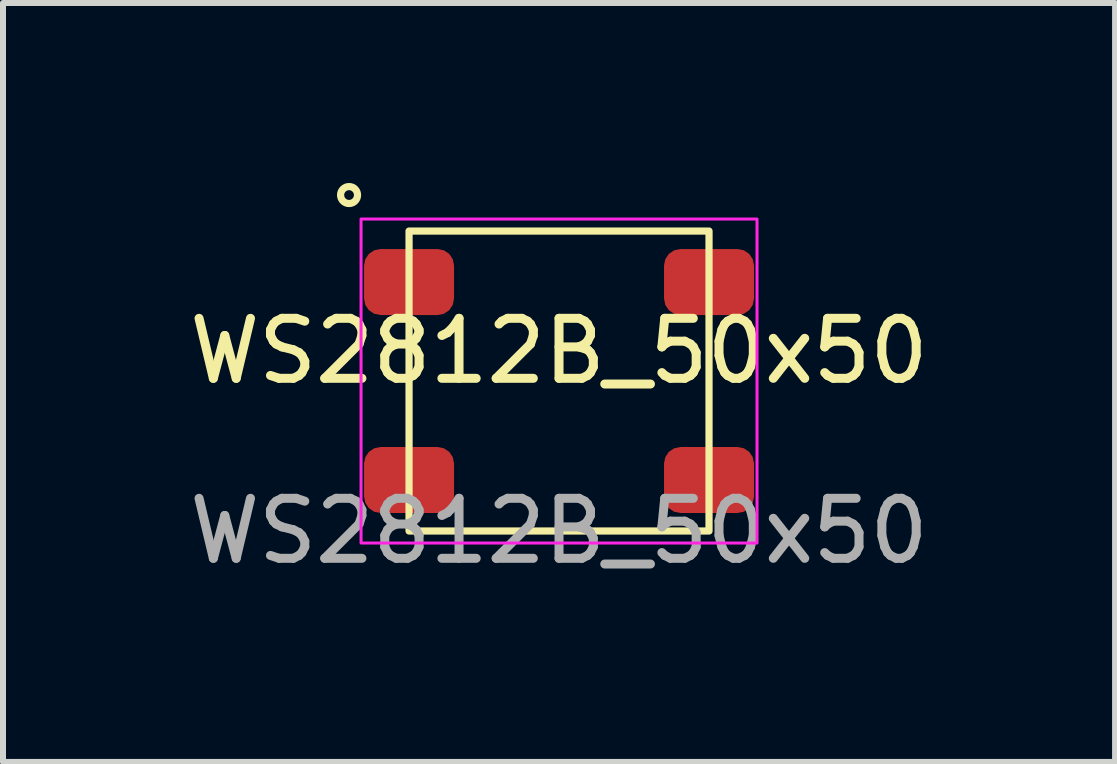
<source format=kicad_pcb>
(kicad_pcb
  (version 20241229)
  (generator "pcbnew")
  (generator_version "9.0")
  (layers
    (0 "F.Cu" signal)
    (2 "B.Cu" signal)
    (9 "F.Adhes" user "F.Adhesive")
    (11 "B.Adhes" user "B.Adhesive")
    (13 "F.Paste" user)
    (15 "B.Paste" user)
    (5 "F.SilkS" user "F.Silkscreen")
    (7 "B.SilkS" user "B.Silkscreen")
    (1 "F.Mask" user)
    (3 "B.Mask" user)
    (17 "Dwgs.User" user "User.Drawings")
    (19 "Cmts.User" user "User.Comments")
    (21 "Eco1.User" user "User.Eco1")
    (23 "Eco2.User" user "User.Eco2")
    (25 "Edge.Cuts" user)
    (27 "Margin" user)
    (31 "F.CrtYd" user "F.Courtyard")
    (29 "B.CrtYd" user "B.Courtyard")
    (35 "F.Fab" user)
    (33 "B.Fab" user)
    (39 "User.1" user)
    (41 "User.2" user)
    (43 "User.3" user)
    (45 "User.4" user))
  (footprint "WS2812B_50x50"
    (layer "F.Cu")
    (at 6.268 3.301)
    (property "Reference" "WS2812B_50x50" (at 0 -0.5 0) (unlocked yes) (layer "F.SilkS") (effects (font (size 1 1) (thickness 0.15))))
    (attr smd)
    (fp_rect (start -2.5 -2.5) (end 2.5 2.5) (stroke (width 0.12) (type solid)) (fill no) (layer "F.SilkS"))
    (fp_circle (center -3.5 -3.1) (end -3.4 -3) (stroke (width 0.12) (type solid)) (fill no) (layer "F.SilkS"))
    (fp_rect (start -3.3 -2.7) (end 3.3 2.7) (stroke (width 0.05) (type solid)) (fill no) (layer "F.CrtYd"))
    (fp_text user "${REFERENCE}" (at 0 2.5 0) (unlocked yes) (layer "F.Fab") (effects (font (size 1 1) (thickness 0.15))))
    (pad "1" smd roundrect (at -2.5 -1.65) (size 1.5 1.1) (layers "F.Cu" "F.Mask" "F.Paste") (roundrect_rratio 0.25))
    (pad "2" smd roundrect (at -2.5 1.65) (size 1.5 1.1) (layers "F.Cu" "F.Mask" "F.Paste") (roundrect_rratio 0.25))
    (pad "3" smd roundrect (at 2.5 1.65) (size 1.5 1.1) (layers "F.Cu" "F.Mask" "F.Paste") (roundrect_rratio 0.25))
    (pad "4" smd roundrect (at 2.5 -1.65) (size 1.5 1.1) (layers "F.Cu" "F.Mask" "F.Paste") (roundrect_rratio 0.25)))
  (gr_rect
    (start -3 -3)
    (end 15.536 9.65)
    (stroke (width 0.1) (type default))
    (fill no)
    (layer "Edge.Cuts")))
</source>
